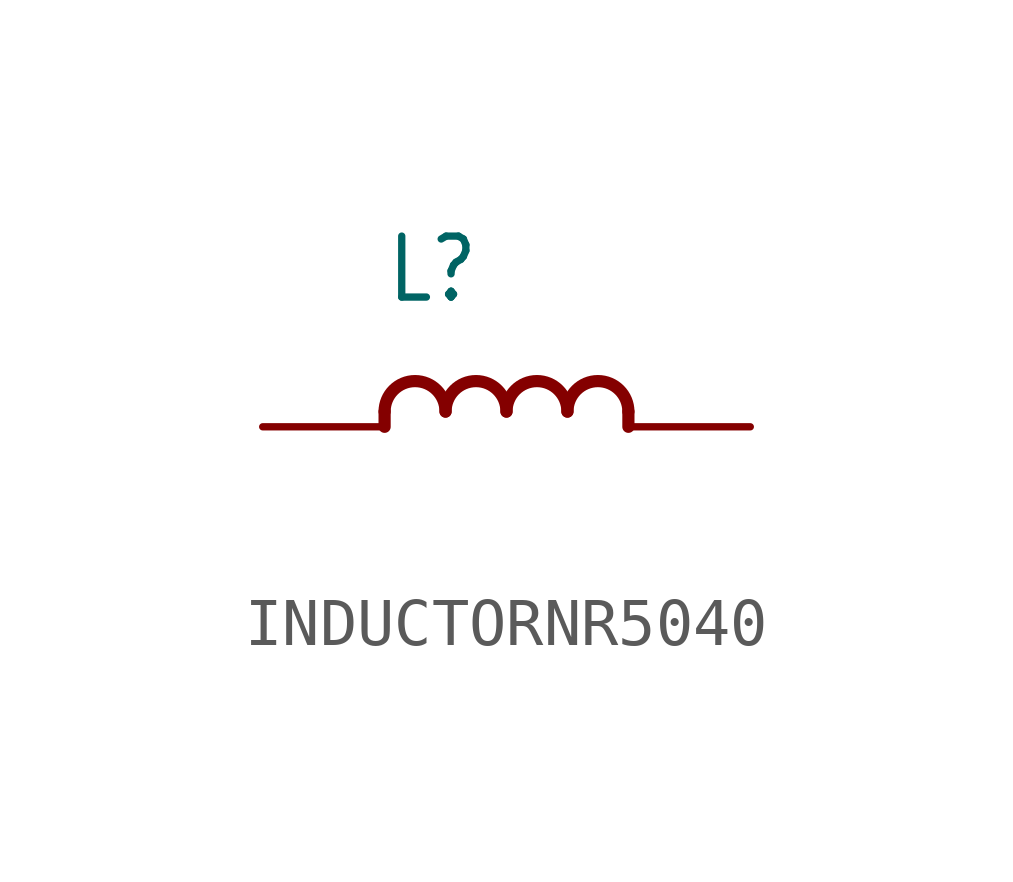
<source format=kicad_sym>
(kicad_symbol_lib
  (version 20220914)
  (generator kicad_symbol_editor)
  (symbol "INDUCTORNR5040"
    (property "Reference" "L"
      (at -2.54 2.54 0)
      (effects (font (size 1.27 1.079)) (justify left bottom)))
    (property "Value" ""
      (at -2.54 -2.54 0)
      (effects (font (size 1.27 1.079)) (justify left bottom)))
    (property "ki_locked" ""
      (at 0 0 0)
      (effects (font (size 1.27 1.27))))
    (symbol "INDUCTORNR5040_1_0"
      (arc (start -1.27 0.3173) (mid -1.9049 0.9524) (end -2.54 0.3175) (stroke (width 0.254) (type solid)) (fill (type none)))
      (polyline (pts (xy -2.54 0.318) (xy -2.54 0)) (stroke (width 0.254) (type solid)) (fill (type none)))
      (polyline (pts (xy 2.54 0.318) (xy 2.54 0)) (stroke (width 0.254) (type solid)) (fill (type none)))
      (arc (start 0 0.3173) (mid -0.6349 0.9524) (end -1.27 0.3175) (stroke (width 0.254) (type solid)) (fill (type none)))
      (arc (start 1.27 0.3173) (mid 0.6351 0.9524) (end 0 0.3175) (stroke (width 0.254) (type solid)) (fill (type none)))
      (arc (start 2.54 0.3173) (mid 1.9051 0.9524) (end 1.27 0.3175) (stroke (width 0.254) (type solid)) (fill (type none)))
      (pin passive line (at -5.08 0 0) (length 2.54) (name "1" (effects (font (size 0 0)))) (number "P$1" (effects (font (size 0 0)))))
      (pin passive line (at 5.08 0 180) (length 2.54) (name "2" (effects (font (size 0 0)))) (number "P$2" (effects (font (size 0 0))))))))
</source>
